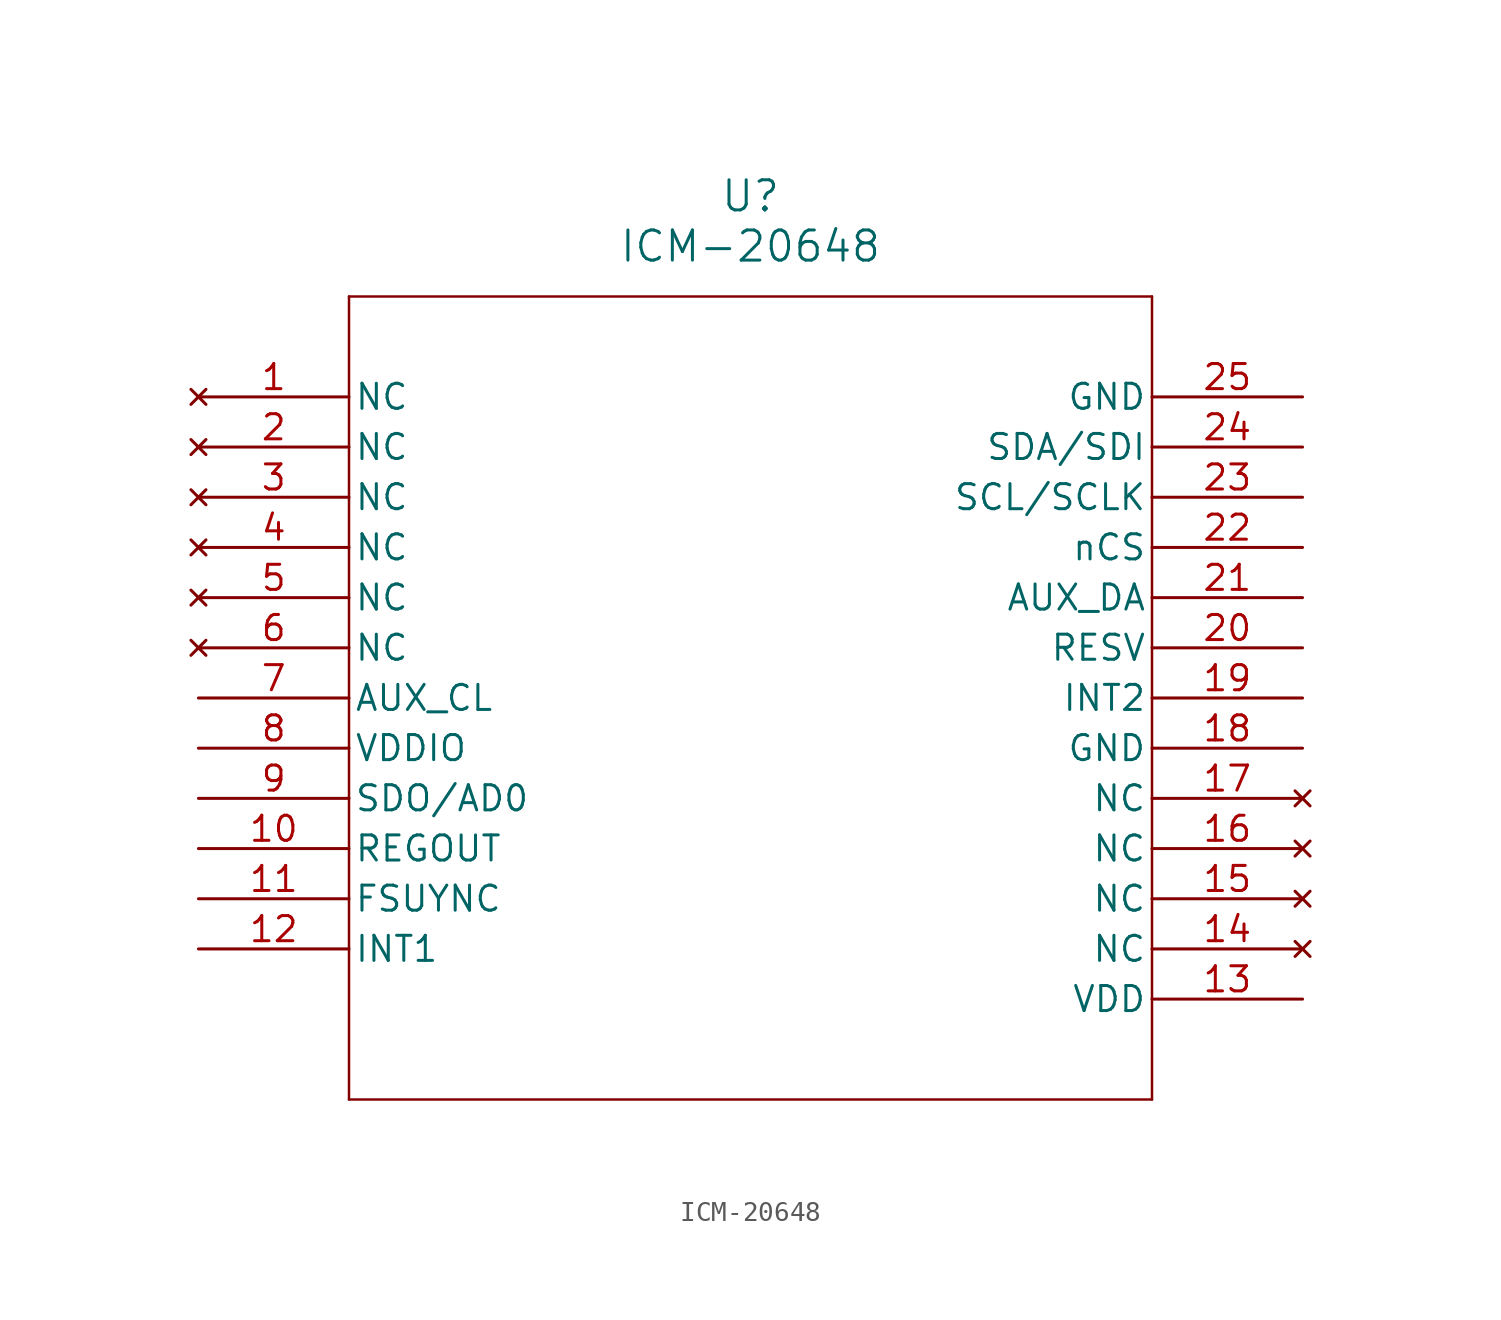
<source format=kicad_sym>
(kicad_symbol_lib
  (version 20231120)
  (generator "kicad_symbol_editor")
  (generator_version "8.0")
  (symbol "ICM-20648"
    (pin_names
      (offset 0.254))
    (property "Reference" "U"
      (at 27.94 10.16 0)
      (effects (font (size 1.524 1.524))))
    (property "Value" "ICM-20648"
      (at 27.94 7.62 0)
      (effects (font (size 1.524 1.524))))
    (property "ki_locked" ""
      (at 0 0 0)
      (effects (font (size 1.27 1.27))))
    (symbol "ICM-20648_0_1"
      (polyline (pts (xy 7.62 -35.56) (xy 48.26 -35.56)) (stroke (width 0.127) (type default)) (fill (type none)))
      (polyline (pts (xy 7.62 5.08) (xy 7.62 -35.56)) (stroke (width 0.127) (type default)) (fill (type none)))
      (polyline (pts (xy 48.26 -35.56) (xy 48.26 5.08)) (stroke (width 0.127) (type default)) (fill (type none)))
      (polyline (pts (xy 48.26 5.08) (xy 7.62 5.08)) (stroke (width 0.127) (type default)) (fill (type none)))
      (pin no_connect line (at 0 0 0) (length 7.62) (name "NC" (effects (font (size 1.27 1.27)))) (number "1" (effects (font (size 1.27 1.27)))))
      (pin output line (at 0 -22.86 0) (length 7.62) (name "REGOUT" (effects (font (size 1.27 1.27)))) (number "10" (effects (font (size 1.27 1.27)))))
      (pin input line (at 0 -25.4 0) (length 7.62) (name "FSUYNC" (effects (font (size 1.27 1.27)))) (number "11" (effects (font (size 1.27 1.27)))))
      (pin output line (at 0 -27.94 0) (length 7.62) (name "INT1" (effects (font (size 1.27 1.27)))) (number "12" (effects (font (size 1.27 1.27)))))
      (pin power_in line (at 55.88 -30.48 180) (length 7.62) (name "VDD" (effects (font (size 1.27 1.27)))) (number "13" (effects (font (size 1.27 1.27)))))
      (pin no_connect line (at 55.88 -27.94 180) (length 7.62) (name "NC" (effects (font (size 1.27 1.27)))) (number "14" (effects (font (size 1.27 1.27)))))
      (pin no_connect line (at 55.88 -25.4 180) (length 7.62) (name "NC" (effects (font (size 1.27 1.27)))) (number "15" (effects (font (size 1.27 1.27)))))
      (pin no_connect line (at 55.88 -22.86 180) (length 7.62) (name "NC" (effects (font (size 1.27 1.27)))) (number "16" (effects (font (size 1.27 1.27)))))
      (pin no_connect line (at 55.88 -20.32 180) (length 7.62) (name "NC" (effects (font (size 1.27 1.27)))) (number "17" (effects (font (size 1.27 1.27)))))
      (pin power_out line (at 55.88 -17.78 180) (length 7.62) (name "GND" (effects (font (size 1.27 1.27)))) (number "18" (effects (font (size 1.27 1.27)))))
      (pin output line (at 55.88 -15.24 180) (length 7.62) (name "INT2" (effects (font (size 1.27 1.27)))) (number "19" (effects (font (size 1.27 1.27)))))
      (pin no_connect line (at 0 -2.54 0) (length 7.62) (name "NC" (effects (font (size 1.27 1.27)))) (number "2" (effects (font (size 1.27 1.27)))))
      (pin power_out line (at 55.88 -12.7 180) (length 7.62) (name "RESV" (effects (font (size 1.27 1.27)))) (number "20" (effects (font (size 1.27 1.27)))))
      (pin unspecified line (at 55.88 -10.16 180) (length 7.62) (name "AUX_DA" (effects (font (size 1.27 1.27)))) (number "21" (effects (font (size 1.27 1.27)))))
      (pin input line (at 55.88 -7.62 180) (length 7.62) (name "nCS" (effects (font (size 1.27 1.27)))) (number "22" (effects (font (size 1.27 1.27)))))
      (pin input line (at 55.88 -5.08 180) (length 7.62) (name "SCL/SCLK" (effects (font (size 1.27 1.27)))) (number "23" (effects (font (size 1.27 1.27)))))
      (pin input line (at 55.88 -2.54 180) (length 7.62) (name "SDA/SDI" (effects (font (size 1.27 1.27)))) (number "24" (effects (font (size 1.27 1.27)))))
      (pin power_out line (at 55.88 0 180) (length 7.62) (name "GND" (effects (font (size 1.27 1.27)))) (number "25" (effects (font (size 1.27 1.27)))))
      (pin no_connect line (at 0 -5.08 0) (length 7.62) (name "NC" (effects (font (size 1.27 1.27)))) (number "3" (effects (font (size 1.27 1.27)))))
      (pin no_connect line (at 0 -7.62 0) (length 7.62) (name "NC" (effects (font (size 1.27 1.27)))) (number "4" (effects (font (size 1.27 1.27)))))
      (pin no_connect line (at 0 -10.16 0) (length 7.62) (name "NC" (effects (font (size 1.27 1.27)))) (number "5" (effects (font (size 1.27 1.27)))))
      (pin no_connect line (at 0 -12.7 0) (length 7.62) (name "NC" (effects (font (size 1.27 1.27)))) (number "6" (effects (font (size 1.27 1.27)))))
      (pin unspecified line (at 0 -15.24 0) (length 7.62) (name "AUX_CL" (effects (font (size 1.27 1.27)))) (number "7" (effects (font (size 1.27 1.27)))))
      (pin power_in line (at 0 -17.78 0) (length 7.62) (name "VDDIO" (effects (font (size 1.27 1.27)))) (number "8" (effects (font (size 1.27 1.27)))))
      (pin bidirectional line (at 0 -20.32 0) (length 7.62) (name "SDO/AD0" (effects (font (size 1.27 1.27)))) (number "9" (effects (font (size 1.27 1.27))))))))
</source>
